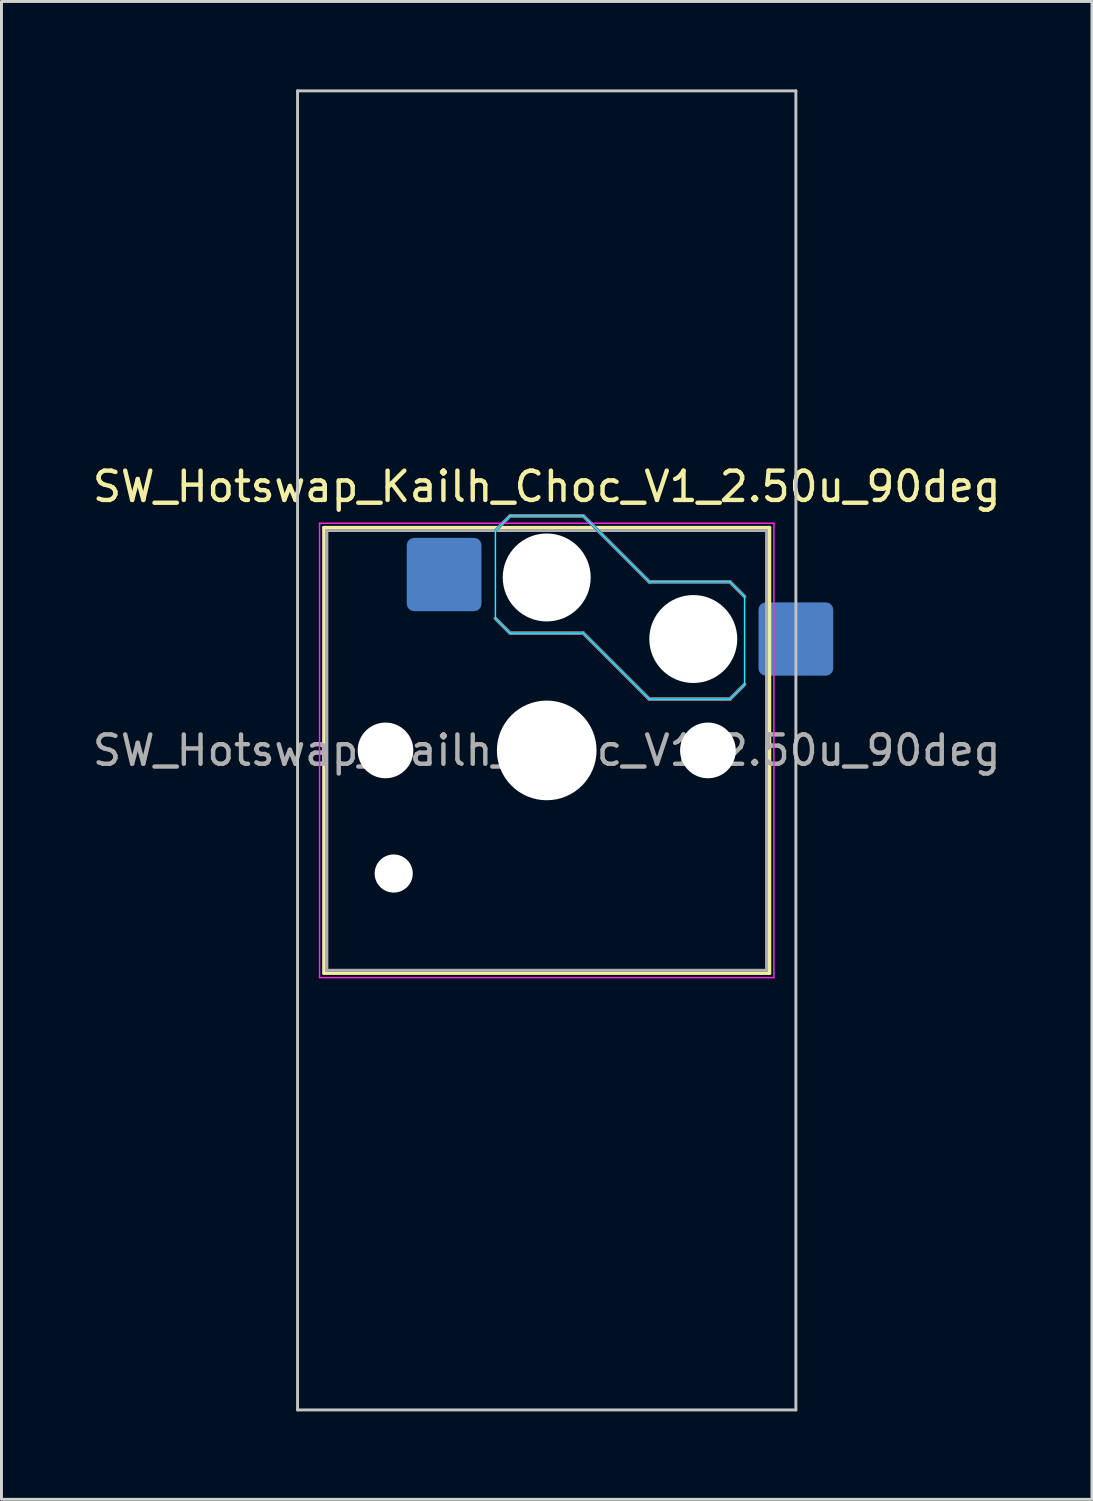
<source format=kicad_pcb>
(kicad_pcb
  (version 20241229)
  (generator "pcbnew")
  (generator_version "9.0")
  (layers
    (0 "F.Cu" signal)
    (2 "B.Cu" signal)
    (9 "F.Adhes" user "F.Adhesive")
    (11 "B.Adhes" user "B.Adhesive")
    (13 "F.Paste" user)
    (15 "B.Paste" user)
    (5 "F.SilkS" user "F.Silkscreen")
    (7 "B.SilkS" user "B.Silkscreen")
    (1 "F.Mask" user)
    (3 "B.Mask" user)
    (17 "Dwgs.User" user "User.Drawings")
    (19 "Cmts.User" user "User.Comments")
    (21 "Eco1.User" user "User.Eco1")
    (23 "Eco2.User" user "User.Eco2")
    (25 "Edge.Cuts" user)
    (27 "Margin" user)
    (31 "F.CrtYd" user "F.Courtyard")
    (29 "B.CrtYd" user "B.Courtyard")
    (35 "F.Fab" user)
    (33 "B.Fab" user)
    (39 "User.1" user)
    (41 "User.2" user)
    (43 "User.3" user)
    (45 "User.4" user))
  (footprint "SW_Hotswap_Kailh_Choc_V1_2.50u_90deg"
    (layer "F.Cu")
    (at 15.601 22.55)
    (property "Reference" "SW_Hotswap_Kailh_Choc_V1_2.50u_90deg" (at 0 -9 0) (layer "F.SilkS") (effects (font (size 1 1) (thickness 0.15))))
    (attr smd)
    (fp_line (start -7.6 -7.6) (end -7.6 7.6) (stroke (width 0.12) (type solid)) (layer "F.SilkS"))
    (fp_line (start -7.6 7.6) (end 7.6 7.6) (stroke (width 0.12) (type solid)) (layer "F.SilkS"))
    (fp_line (start 7.6 -7.6) (end -7.6 -7.6) (stroke (width 0.12) (type solid)) (layer "F.SilkS"))
    (fp_line (start 7.6 7.6) (end 7.6 -7.6) (stroke (width 0.12) (type solid)) (layer "F.SilkS"))
    (fp_line (start -1.75 -7.5) (end -1.25 -8) (stroke (width 0.12) (type solid)) (layer "B.SilkS"))
    (fp_line (start -1.25 -8) (end 1.25 -8) (stroke (width 0.12) (type solid)) (layer "B.SilkS"))
    (fp_line (start -1.25 -4) (end -1.75 -4.5) (stroke (width 0.12) (type solid)) (layer "B.SilkS"))
    (fp_line (start 1.25 -8) (end 3.5 -5.75) (stroke (width 0.12) (type solid)) (layer "B.SilkS"))
    (fp_line (start 1.25 -4) (end -1.25 -4) (stroke (width 0.12) (type solid)) (layer "B.SilkS"))
    (fp_line (start 3.5 -5.75) (end 6.25 -5.75) (stroke (width 0.12) (type solid)) (layer "B.SilkS"))
    (fp_line (start 3.5 -1.75) (end 1.25 -4) (stroke (width 0.12) (type solid)) (layer "B.SilkS"))
    (fp_line (start 6.25 -5.75) (end 6.75 -5.25) (stroke (width 0.12) (type solid)) (layer "B.SilkS"))
    (fp_line (start 6.25 -1.75) (end 3.5 -1.75) (stroke (width 0.12) (type solid)) (layer "B.SilkS"))
    (fp_line (start 6.75 -2.25) (end 6.25 -1.75) (stroke (width 0.12) (type solid)) (layer "B.SilkS"))
    (fp_line (start -8.5 -22.5) (end 8.5 -22.5) (stroke (width 0.1) (type solid)) (layer "Dwgs.User"))
    (fp_line (start -8.5 22.5) (end -8.5 -22.5) (stroke (width 0.1) (type solid)) (layer "Dwgs.User"))
    (fp_line (start 8.5 -22.5) (end 8.5 22.5) (stroke (width 0.1) (type solid)) (layer "Dwgs.User"))
    (fp_line (start 8.5 22.5) (end -8.5 22.5) (stroke (width 0.1) (type solid)) (layer "Dwgs.User"))
    (fp_line (start -7.25 -7.25) (end -7.25 7.25) (stroke (width 0.1) (type solid)) (layer "Eco1.User"))
    (fp_line (start -7.25 7.25) (end 7.25 7.25) (stroke (width 0.1) (type solid)) (layer "Eco1.User"))
    (fp_line (start 7.25 -7.25) (end -7.25 -7.25) (stroke (width 0.1) (type solid)) (layer "Eco1.User"))
    (fp_line (start 7.25 7.25) (end 7.25 -7.25) (stroke (width 0.1) (type solid)) (layer "Eco1.User"))
    (fp_line (start -1.75 -7.5) (end -1.25 -8) (stroke (width 0.05) (type solid)) (layer "B.CrtYd"))
    (fp_line (start -1.75 -4.5) (end -1.75 -7.5) (stroke (width 0.05) (type solid)) (layer "B.CrtYd"))
    (fp_line (start -1.25 -8) (end 1.25 -8) (stroke (width 0.05) (type solid)) (layer "B.CrtYd"))
    (fp_line (start -1.25 -4) (end -1.75 -4.5) (stroke (width 0.05) (type solid)) (layer "B.CrtYd"))
    (fp_line (start 1.25 -8) (end 3.5 -5.75) (stroke (width 0.05) (type solid)) (layer "B.CrtYd"))
    (fp_line (start 1.25 -4) (end -1.25 -4) (stroke (width 0.05) (type solid)) (layer "B.CrtYd"))
    (fp_line (start 3.5 -5.75) (end 6.25 -5.75) (stroke (width 0.05) (type solid)) (layer "B.CrtYd"))
    (fp_line (start 3.5 -1.75) (end 1.25 -4) (stroke (width 0.05) (type solid)) (layer "B.CrtYd"))
    (fp_line (start 6.25 -5.75) (end 6.75 -5.25) (stroke (width 0.05) (type solid)) (layer "B.CrtYd"))
    (fp_line (start 6.25 -1.75) (end 3.5 -1.75) (stroke (width 0.05) (type solid)) (layer "B.CrtYd"))
    (fp_line (start 6.75 -5.25) (end 6.75 -2.25) (stroke (width 0.05) (type solid)) (layer "B.CrtYd"))
    (fp_line (start 6.75 -2.25) (end 6.25 -1.75) (stroke (width 0.05) (type solid)) (layer "B.CrtYd"))
    (fp_line (start -7.75 -7.75) (end -7.75 7.75) (stroke (width 0.05) (type solid)) (layer "F.CrtYd"))
    (fp_line (start -7.75 7.75) (end 7.75 7.75) (stroke (width 0.05) (type solid)) (layer "F.CrtYd"))
    (fp_line (start 7.75 -7.75) (end -7.75 -7.75) (stroke (width 0.05) (type solid)) (layer "F.CrtYd"))
    (fp_line (start 7.75 7.75) (end 7.75 -7.75) (stroke (width 0.05) (type solid)) (layer "F.CrtYd"))
    (fp_line (start -1.75 -7.5) (end -1.25 -8) (stroke (width 0.1) (type solid)) (layer "B.Fab"))
    (fp_line (start -1.25 -8) (end 1.25 -8) (stroke (width 0.1) (type solid)) (layer "B.Fab"))
    (fp_line (start -1.25 -4) (end -1.75 -4.5) (stroke (width 0.1) (type solid)) (layer "B.Fab"))
    (fp_line (start 1.25 -8) (end 3.5 -5.75) (stroke (width 0.1) (type solid)) (layer "B.Fab"))
    (fp_line (start 1.25 -4) (end -1.25 -4) (stroke (width 0.1) (type solid)) (layer "B.Fab"))
    (fp_line (start 3.5 -5.75) (end 6.25 -5.75) (stroke (width 0.1) (type solid)) (layer "B.Fab"))
    (fp_line (start 3.5 -1.75) (end 1.25 -4) (stroke (width 0.1) (type solid)) (layer "B.Fab"))
    (fp_line (start 6.25 -5.75) (end 6.75 -5.25) (stroke (width 0.1) (type solid)) (layer "B.Fab"))
    (fp_line (start 6.25 -1.75) (end 3.5 -1.75) (stroke (width 0.1) (type solid)) (layer "B.Fab"))
    (fp_line (start 6.75 -2.25) (end 6.25 -1.75) (stroke (width 0.1) (type solid)) (layer "B.Fab"))
    (fp_line (start -7.5 -7.5) (end -7.5 7.5) (stroke (width 0.1) (type solid)) (layer "F.Fab"))
    (fp_line (start -7.5 7.5) (end 7.5 7.5) (stroke (width 0.1) (type solid)) (layer "F.Fab"))
    (fp_line (start 7.5 -7.5) (end -7.5 -7.5) (stroke (width 0.1) (type solid)) (layer "F.Fab"))
    (fp_line (start 7.5 7.5) (end 7.5 -7.5) (stroke (width 0.1) (type solid)) (layer "F.Fab"))
    (fp_text user "${REFERENCE}" (at 0 0 0) (layer "F.Fab") (effects (font (size 1 1) (thickness 0.15))))
    (pad "" np_thru_hole circle (at -5.5 0) (size 1.9 1.9) (drill 1.9) (layers "*.Cu" "*.Mask"))
    (pad "" np_thru_hole circle (at -5.22 4.2) (size 1.3 1.3) (drill 1.3) (layers "*.Cu" "*.Mask"))
    (pad "" np_thru_hole circle (at 0 -5.9) (size 3 3) (drill 3) (layers "*.Cu" "*.Mask"))
    (pad "" np_thru_hole circle (at 0 0) (size 3.4 3.4) (drill 3.4) (layers "*.Cu" "*.Mask"))
    (pad "" np_thru_hole circle (at 5 -3.8) (size 3 3) (drill 3) (layers "*.Cu" "*.Mask"))
    (pad "" np_thru_hole circle (at 5.5 0) (size 1.9 1.9) (drill 1.9) (layers "*.Cu" "*.Mask"))
    (pad "1" smd roundrect (at -3.5 -6) (size 2.55 2.5) (layers "B.Cu" "B.Mask" "B.Paste") (roundrect_rratio 0.1))
    (pad "2" smd roundrect (at 8.5 -3.8) (size 2.55 2.5) (layers "B.Cu" "B.Mask" "B.Paste") (roundrect_rratio 0.1)))
  (gr_rect
    (start -3 -3)
    (end 34.202 48.1)
    (stroke (width 0.1) (type default))
    (fill no)
    (layer "Edge.Cuts")))
</source>
